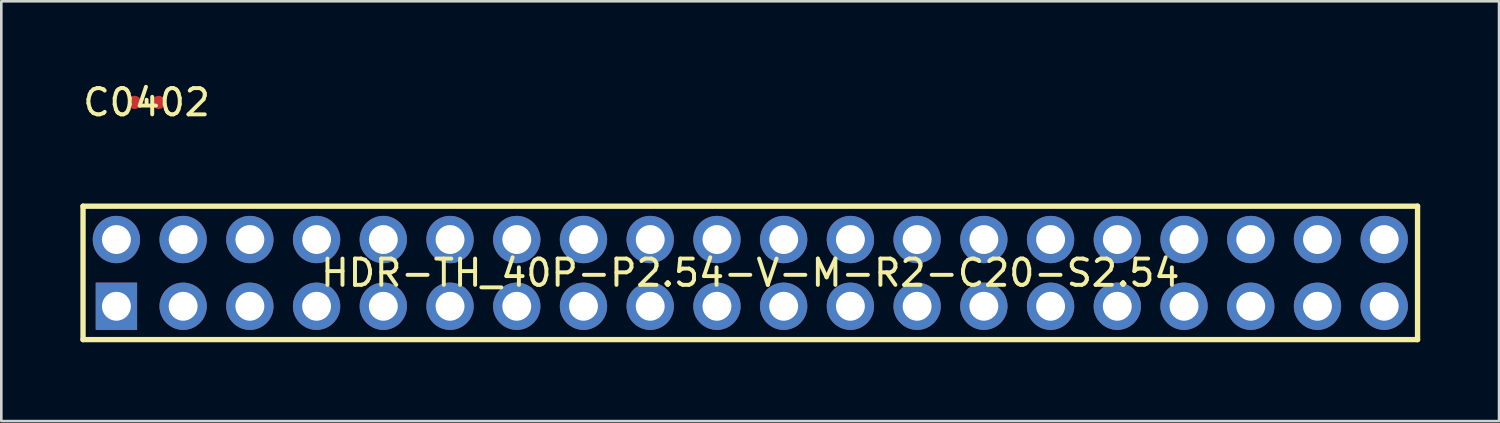
<source format=kicad_pcb>
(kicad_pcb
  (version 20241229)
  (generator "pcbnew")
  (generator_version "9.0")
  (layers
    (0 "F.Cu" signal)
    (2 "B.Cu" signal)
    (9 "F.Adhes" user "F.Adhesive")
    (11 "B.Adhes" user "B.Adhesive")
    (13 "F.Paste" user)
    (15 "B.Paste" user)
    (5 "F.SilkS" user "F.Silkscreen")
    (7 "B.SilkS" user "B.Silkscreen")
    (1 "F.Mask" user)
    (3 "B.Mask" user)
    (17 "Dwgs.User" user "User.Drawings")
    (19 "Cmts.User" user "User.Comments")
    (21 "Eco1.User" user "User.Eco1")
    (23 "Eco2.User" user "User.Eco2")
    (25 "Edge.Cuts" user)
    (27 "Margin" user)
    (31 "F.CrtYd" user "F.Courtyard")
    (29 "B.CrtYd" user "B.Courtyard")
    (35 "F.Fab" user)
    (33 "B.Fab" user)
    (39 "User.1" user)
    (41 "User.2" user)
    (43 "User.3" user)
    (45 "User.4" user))
  (footprint "HDR-TH_40P-P2.54-V-M-R2-C20-S2.54"
    (layer "F.Cu")
    (at 25.511 7.338)
    (property "Reference" "HDR-TH_40P-P2.54-V-M-R2-C20-S2.54" (at 0 0 0) (layer "F.SilkS") (effects (font (size 1 1) (thickness 0.15))))
    (fp_line (start -25.4 -2.54) (end -25.4 2.54) (stroke (width 0.203) (type default)) (layer "F.SilkS"))
    (fp_line (start -25.4 2.54) (end 25.4 2.54) (stroke (width 0.203) (type default)) (layer "F.SilkS"))
    (fp_line (start 25.4 -2.54) (end -25.4 -2.54) (stroke (width 0.203) (type default)) (layer "F.SilkS"))
    (fp_line (start 25.4 2.54) (end 25.4 -2.54) (stroke (width 0.203) (type default)) (layer "F.SilkS"))
    (fp_poly (pts (xy -24.45 -1.59) (xy -23.81 -1.59) (xy -23.81 -0.95) (xy -24.45 -0.95)) (stroke (width 0.1) (type default)) (fill no) (layer "User.1"))
    (fp_poly (pts (xy -24.45 0.95) (xy -23.81 0.95) (xy -23.81 1.59) (xy -24.45 1.59)) (stroke (width 0.1) (type default)) (fill no) (layer "User.1"))
    (fp_poly (pts (xy -21.91 -1.59) (xy -21.27 -1.59) (xy -21.27 -0.95) (xy -21.91 -0.95)) (stroke (width 0.1) (type default)) (fill no) (layer "User.1"))
    (fp_poly (pts (xy -21.91 0.95) (xy -21.27 0.95) (xy -21.27 1.59) (xy -21.91 1.59)) (stroke (width 0.1) (type default)) (fill no) (layer "User.1"))
    (fp_poly (pts (xy -19.37 -1.59) (xy -18.73 -1.59) (xy -18.73 -0.95) (xy -19.37 -0.95)) (stroke (width 0.1) (type default)) (fill no) (layer "User.1"))
    (fp_poly (pts (xy -19.37 0.95) (xy -18.73 0.95) (xy -18.73 1.59) (xy -19.37 1.59)) (stroke (width 0.1) (type default)) (fill no) (layer "User.1"))
    (fp_poly (pts (xy -16.83 -1.59) (xy -16.19 -1.59) (xy -16.19 -0.95) (xy -16.83 -0.95)) (stroke (width 0.1) (type default)) (fill no) (layer "User.1"))
    (fp_poly (pts (xy -16.83 0.95) (xy -16.19 0.95) (xy -16.19 1.59) (xy -16.83 1.59)) (stroke (width 0.1) (type default)) (fill no) (layer "User.1"))
    (fp_poly (pts (xy -14.29 -1.59) (xy -13.65 -1.59) (xy -13.65 -0.95) (xy -14.29 -0.95)) (stroke (width 0.1) (type default)) (fill no) (layer "User.1"))
    (fp_poly (pts (xy -14.29 0.95) (xy -13.65 0.95) (xy -13.65 1.59) (xy -14.29 1.59)) (stroke (width 0.1) (type default)) (fill no) (layer "User.1"))
    (fp_poly (pts (xy -11.75 -1.59) (xy -11.11 -1.59) (xy -11.11 -0.95) (xy -11.75 -0.95)) (stroke (width 0.1) (type default)) (fill no) (layer "User.1"))
    (fp_poly (pts (xy -11.75 0.95) (xy -11.11 0.95) (xy -11.11 1.59) (xy -11.75 1.59)) (stroke (width 0.1) (type default)) (fill no) (layer "User.1"))
    (fp_poly (pts (xy -9.21 -1.59) (xy -8.57 -1.59) (xy -8.57 -0.95) (xy -9.21 -0.95)) (stroke (width 0.1) (type default)) (fill no) (layer "User.1"))
    (fp_poly (pts (xy -9.21 0.95) (xy -8.57 0.95) (xy -8.57 1.59) (xy -9.21 1.59)) (stroke (width 0.1) (type default)) (fill no) (layer "User.1"))
    (fp_poly (pts (xy -6.67 -1.59) (xy -6.03 -1.59) (xy -6.03 -0.95) (xy -6.67 -0.95)) (stroke (width 0.1) (type default)) (fill no) (layer "User.1"))
    (fp_poly (pts (xy -6.67 0.95) (xy -6.03 0.95) (xy -6.03 1.59) (xy -6.67 1.59)) (stroke (width 0.1) (type default)) (fill no) (layer "User.1"))
    (fp_poly (pts (xy -4.13 -1.59) (xy -3.49 -1.59) (xy -3.49 -0.95) (xy -4.13 -0.95)) (stroke (width 0.1) (type default)) (fill no) (layer "User.1"))
    (fp_poly (pts (xy -4.13 0.95) (xy -3.49 0.95) (xy -3.49 1.59) (xy -4.13 1.59)) (stroke (width 0.1) (type default)) (fill no) (layer "User.1"))
    (fp_poly (pts (xy -1.59 -1.59) (xy -0.95 -1.59) (xy -0.95 -0.95) (xy -1.59 -0.95)) (stroke (width 0.1) (type default)) (fill no) (layer "User.1"))
    (fp_poly (pts (xy -1.59 0.95) (xy -0.95 0.95) (xy -0.95 1.59) (xy -1.59 1.59)) (stroke (width 0.1) (type default)) (fill no) (layer "User.1"))
    (fp_poly (pts (xy 0.95 -1.59) (xy 1.59 -1.59) (xy 1.59 -0.95) (xy 0.95 -0.95)) (stroke (width 0.1) (type default)) (fill no) (layer "User.1"))
    (fp_poly (pts (xy 0.95 0.95) (xy 1.59 0.95) (xy 1.59 1.59) (xy 0.95 1.59)) (stroke (width 0.1) (type default)) (fill no) (layer "User.1"))
    (fp_poly (pts (xy 3.49 -1.59) (xy 4.13 -1.59) (xy 4.13 -0.95) (xy 3.49 -0.95)) (stroke (width 0.1) (type default)) (fill no) (layer "User.1"))
    (fp_poly (pts (xy 3.49 0.95) (xy 4.13 0.95) (xy 4.13 1.59) (xy 3.49 1.59)) (stroke (width 0.1) (type default)) (fill no) (layer "User.1"))
    (fp_poly (pts (xy 6.03 -1.59) (xy 6.67 -1.59) (xy 6.67 -0.95) (xy 6.03 -0.95)) (stroke (width 0.1) (type default)) (fill no) (layer "User.1"))
    (fp_poly (pts (xy 6.03 0.95) (xy 6.67 0.95) (xy 6.67 1.59) (xy 6.03 1.59)) (stroke (width 0.1) (type default)) (fill no) (layer "User.1"))
    (fp_poly (pts (xy 8.57 -1.59) (xy 9.21 -1.59) (xy 9.21 -0.95) (xy 8.57 -0.95)) (stroke (width 0.1) (type default)) (fill no) (layer "User.1"))
    (fp_poly (pts (xy 8.57 0.95) (xy 9.21 0.95) (xy 9.21 1.59) (xy 8.57 1.59)) (stroke (width 0.1) (type default)) (fill no) (layer "User.1"))
    (fp_poly (pts (xy 11.11 -1.59) (xy 11.75 -1.59) (xy 11.75 -0.95) (xy 11.11 -0.95)) (stroke (width 0.1) (type default)) (fill no) (layer "User.1"))
    (fp_poly (pts (xy 11.11 0.95) (xy 11.75 0.95) (xy 11.75 1.59) (xy 11.11 1.59)) (stroke (width 0.1) (type default)) (fill no) (layer "User.1"))
    (fp_poly (pts (xy 13.65 -1.59) (xy 14.29 -1.59) (xy 14.29 -0.95) (xy 13.65 -0.95)) (stroke (width 0.1) (type default)) (fill no) (layer "User.1"))
    (fp_poly (pts (xy 13.65 0.95) (xy 14.29 0.95) (xy 14.29 1.59) (xy 13.65 1.59)) (stroke (width 0.1) (type default)) (fill no) (layer "User.1"))
    (fp_poly (pts (xy 16.19 -1.59) (xy 16.83 -1.59) (xy 16.83 -0.95) (xy 16.19 -0.95)) (stroke (width 0.1) (type default)) (fill no) (layer "User.1"))
    (fp_poly (pts (xy 16.19 0.95) (xy 16.83 0.95) (xy 16.83 1.59) (xy 16.19 1.59)) (stroke (width 0.1) (type default)) (fill no) (layer "User.1"))
    (fp_poly (pts (xy 18.73 -1.59) (xy 19.37 -1.59) (xy 19.37 -0.95) (xy 18.73 -0.95)) (stroke (width 0.1) (type default)) (fill no) (layer "User.1"))
    (fp_poly (pts (xy 18.73 0.95) (xy 19.37 0.95) (xy 19.37 1.59) (xy 18.73 1.59)) (stroke (width 0.1) (type default)) (fill no) (layer "User.1"))
    (fp_poly (pts (xy 21.27 -1.59) (xy 21.91 -1.59) (xy 21.91 -0.95) (xy 21.27 -0.95)) (stroke (width 0.1) (type default)) (fill no) (layer "User.1"))
    (fp_poly (pts (xy 21.27 0.95) (xy 21.91 0.95) (xy 21.91 1.59) (xy 21.27 1.59)) (stroke (width 0.1) (type default)) (fill no) (layer "User.1"))
    (fp_poly (pts (xy 23.81 -1.59) (xy 24.45 -1.59) (xy 24.45 -0.95) (xy 23.81 -0.95)) (stroke (width 0.1) (type default)) (fill no) (layer "User.1"))
    (fp_poly (pts (xy 23.81 0.95) (xy 24.45 0.95) (xy 24.45 1.59) (xy 23.81 1.59)) (stroke (width 0.1) (type default)) (fill no) (layer "User.1"))
    (fp_line (start -25.4 -2.499) (end 25.4 -2.499) (stroke (width 0.051) (type default)) (layer "User.2"))
    (fp_line (start -25.4 2.499) (end -25.4 -2.499) (stroke (width 0.051) (type default)) (layer "User.2"))
    (fp_line (start 25.4 -2.499) (end 25.4 2.499) (stroke (width 0.051) (type default)) (layer "User.2"))
    (fp_line (start 25.4 2.499) (end -25.4 2.499) (stroke (width 0.051) (type default)) (layer "User.2"))
    (fp_poly (pts (xy -25.339 2.499) (xy -25.357 2.456) (xy -25.4 2.438) (xy -25.443 2.456) (xy -25.461 2.499) (xy -25.443 2.543) (xy -25.4 2.561) (xy -25.357 2.543)) (stroke (width 0.1) (type default)) (fill no) (layer "User.3"))
    (pad "1" thru_hole rect (at -24.13 1.27) (size 1.575 1.801) (drill 1.1) (layers "*.Cu" "*.Mask"))
    (pad "2" thru_hole circle (at -24.13 -1.27) (size 1.801 1.801) (drill 1.1) (layers "*.Cu" "*.Mask"))
    (pad "3" thru_hole circle (at -21.59 1.27) (size 1.801 1.801) (drill 1.1) (layers "*.Cu" "*.Mask"))
    (pad "4" thru_hole circle (at -21.59 -1.27) (size 1.801 1.801) (drill 1.1) (layers "*.Cu" "*.Mask"))
    (pad "5" thru_hole circle (at -19.05 1.27) (size 1.801 1.801) (drill 1.1) (layers "*.Cu" "*.Mask"))
    (pad "6" thru_hole circle (at -19.05 -1.27) (size 1.801 1.801) (drill 1.1) (layers "*.Cu" "*.Mask"))
    (pad "7" thru_hole circle (at -16.51 1.27) (size 1.801 1.801) (drill 1.1) (layers "*.Cu" "*.Mask"))
    (pad "8" thru_hole circle (at -16.51 -1.27) (size 1.801 1.801) (drill 1.1) (layers "*.Cu" "*.Mask"))
    (pad "9" thru_hole circle (at -13.97 1.27) (size 1.801 1.801) (drill 1.1) (layers "*.Cu" "*.Mask"))
    (pad "10" thru_hole circle (at -13.97 -1.27) (size 1.801 1.801) (drill 1.1) (layers "*.Cu" "*.Mask"))
    (pad "11" thru_hole circle (at -11.43 1.27) (size 1.801 1.801) (drill 1.1) (layers "*.Cu" "*.Mask"))
    (pad "12" thru_hole circle (at -11.43 -1.27) (size 1.801 1.801) (drill 1.1) (layers "*.Cu" "*.Mask"))
    (pad "13" thru_hole circle (at -8.89 1.27) (size 1.801 1.801) (drill 1.1) (layers "*.Cu" "*.Mask"))
    (pad "14" thru_hole circle (at -8.89 -1.27) (size 1.801 1.801) (drill 1.1) (layers "*.Cu" "*.Mask"))
    (pad "15" thru_hole circle (at -6.35 1.27) (size 1.801 1.801) (drill 1.1) (layers "*.Cu" "*.Mask"))
    (pad "16" thru_hole circle (at -6.35 -1.27) (size 1.801 1.801) (drill 1.1) (layers "*.Cu" "*.Mask"))
    (pad "17" thru_hole circle (at -3.81 1.27) (size 1.801 1.801) (drill 1.1) (layers "*.Cu" "*.Mask"))
    (pad "18" thru_hole circle (at -3.81 -1.27) (size 1.801 1.801) (drill 1.1) (layers "*.Cu" "*.Mask"))
    (pad "19" thru_hole circle (at -1.27 1.27) (size 1.801 1.801) (drill 1.1) (layers "*.Cu" "*.Mask"))
    (pad "20" thru_hole circle (at -1.27 -1.27) (size 1.801 1.801) (drill 1.1) (layers "*.Cu" "*.Mask"))
    (pad "21" thru_hole circle (at 1.27 1.27) (size 1.801 1.801) (drill 1.1) (layers "*.Cu" "*.Mask"))
    (pad "22" thru_hole circle (at 1.27 -1.27) (size 1.801 1.801) (drill 1.1) (layers "*.Cu" "*.Mask"))
    (pad "23" thru_hole circle (at 3.81 1.27) (size 1.801 1.801) (drill 1.1) (layers "*.Cu" "*.Mask"))
    (pad "24" thru_hole circle (at 3.81 -1.27) (size 1.801 1.801) (drill 1.1) (layers "*.Cu" "*.Mask"))
    (pad "25" thru_hole circle (at 6.35 1.27) (size 1.801 1.801) (drill 1.1) (layers "*.Cu" "*.Mask"))
    (pad "26" thru_hole circle (at 6.35 -1.27) (size 1.801 1.801) (drill 1.1) (layers "*.Cu" "*.Mask"))
    (pad "27" thru_hole circle (at 8.89 1.27) (size 1.801 1.801) (drill 1.1) (layers "*.Cu" "*.Mask"))
    (pad "28" thru_hole circle (at 8.89 -1.27) (size 1.801 1.801) (drill 1.1) (layers "*.Cu" "*.Mask"))
    (pad "29" thru_hole circle (at 11.43 1.27) (size 1.801 1.801) (drill 1.1) (layers "*.Cu" "*.Mask"))
    (pad "30" thru_hole circle (at 11.43 -1.27) (size 1.801 1.801) (drill 1.1) (layers "*.Cu" "*.Mask"))
    (pad "31" thru_hole circle (at 13.97 1.27) (size 1.801 1.801) (drill 1.1) (layers "*.Cu" "*.Mask"))
    (pad "32" thru_hole circle (at 13.97 -1.27) (size 1.801 1.801) (drill 1.1) (layers "*.Cu" "*.Mask"))
    (pad "33" thru_hole circle (at 16.51 1.27) (size 1.801 1.801) (drill 1.1) (layers "*.Cu" "*.Mask"))
    (pad "34" thru_hole circle (at 16.51 -1.27) (size 1.801 1.801) (drill 1.1) (layers "*.Cu" "*.Mask"))
    (pad "35" thru_hole circle (at 19.05 1.27) (size 1.801 1.801) (drill 1.1) (layers "*.Cu" "*.Mask"))
    (pad "36" thru_hole circle (at 19.05 -1.27) (size 1.801 1.801) (drill 1.1) (layers "*.Cu" "*.Mask"))
    (pad "37" thru_hole circle (at 21.59 1.27) (size 1.801 1.801) (drill 1.1) (layers "*.Cu" "*.Mask"))
    (pad "38" thru_hole circle (at 21.59 -1.27) (size 1.801 1.801) (drill 1.1) (layers "*.Cu" "*.Mask"))
    (pad "39" thru_hole circle (at 24.13 1.27) (size 1.801 1.801) (drill 1.1) (layers "*.Cu" "*.Mask"))
    (pad "40" thru_hole circle (at 24.13 -1.27) (size 1.801 1.801) (drill 1.1) (layers "*.Cu" "*.Mask")))
  (footprint "C0402"
    (layer "F.Cu")
    (at 2.53 0.848)
    (property "Reference" "C0402" (at 0 0 0) (layer "F.SilkS") (effects (font (size 1 1) (thickness 0.15))))
    (fp_line (start 0 -0.102) (end 0 0.102) (stroke (width 0.15) (type default)) (layer "F.SilkS"))
    (fp_poly (pts (xy -0.482 0.3) (xy 0.517 0.3) (xy 0.517 -0.3) (xy -0.482 -0.3)) (stroke (width 0.1) (type default)) (fill no) (layer "User.1"))
    (pad "1" smd roundrect (at -0.457 0) (size 0.508 0.508) (layers "F.Cu" "F.Mask" "F.Paste") (roundrect_rratio 0.5))
    (pad "2" smd roundrect (at 0.457 0) (size 0.508 0.508) (layers "F.Cu" "F.Mask" "F.Paste") (roundrect_rratio 0.5)))
  (gr_rect
    (start -3 -3)
    (end 54.013 12.979)
    (stroke (width 0.1) (type default))
    (fill no)
    (layer "Edge.Cuts")))
</source>
